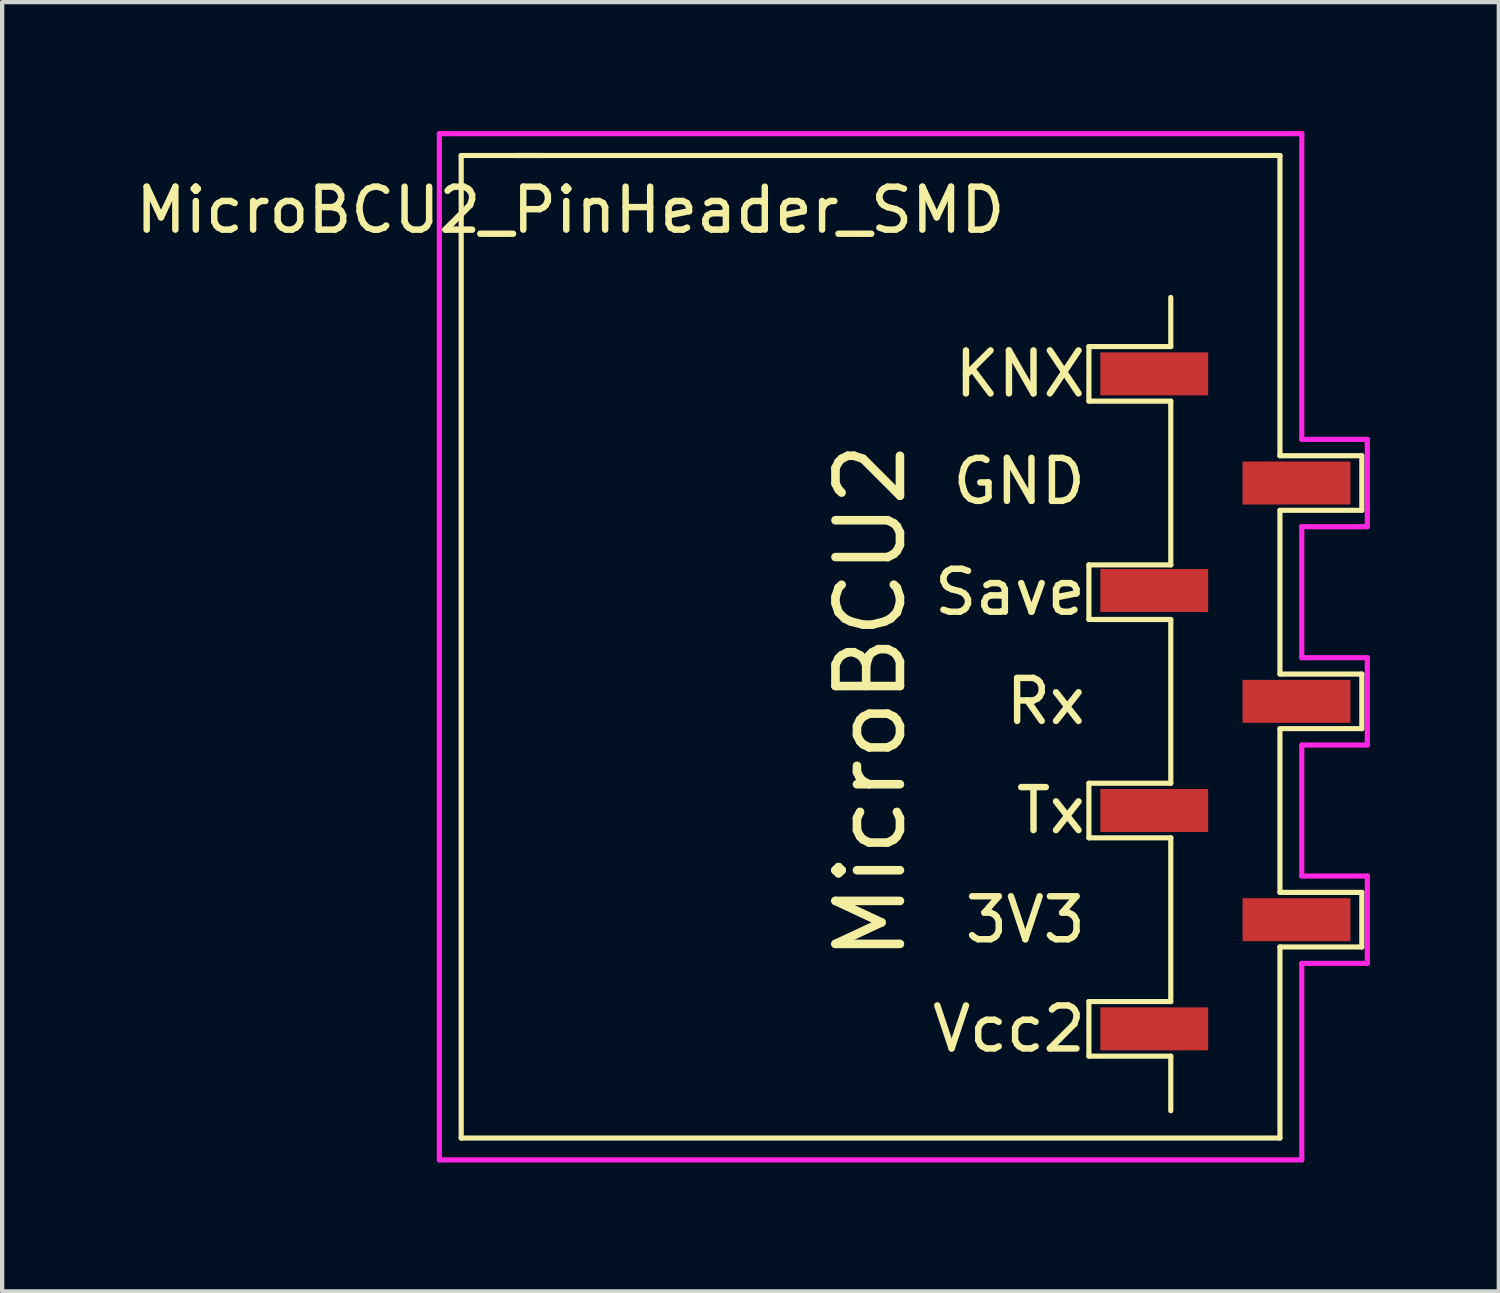
<source format=kicad_pcb>
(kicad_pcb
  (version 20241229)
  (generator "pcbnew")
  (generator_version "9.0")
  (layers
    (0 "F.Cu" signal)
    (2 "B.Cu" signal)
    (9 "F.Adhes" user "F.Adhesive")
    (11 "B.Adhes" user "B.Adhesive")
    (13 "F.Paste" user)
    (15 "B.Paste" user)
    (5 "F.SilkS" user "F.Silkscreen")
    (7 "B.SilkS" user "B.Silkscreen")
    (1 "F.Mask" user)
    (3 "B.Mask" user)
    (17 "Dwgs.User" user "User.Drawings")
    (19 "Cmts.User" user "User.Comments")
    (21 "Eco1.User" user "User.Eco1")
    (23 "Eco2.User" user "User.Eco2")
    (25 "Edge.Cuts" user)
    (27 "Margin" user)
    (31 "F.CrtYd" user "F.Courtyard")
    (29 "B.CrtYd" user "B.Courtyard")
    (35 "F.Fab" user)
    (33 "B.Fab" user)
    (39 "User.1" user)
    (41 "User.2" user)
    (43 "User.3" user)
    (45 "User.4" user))
  (footprint "MicroBCU2_PinHeader_SMD"
    (layer "F.Cu")
    (at 25.46 5.648)
    (property "Reference" "MicroBCU2_PinHeader_SMD" (at -15.24 -3.81 0) (layer "F.SilkS") (effects (font (size 1 1) (thickness 0.15))))
    (attr smd)
    (fp_line (start -17.78 -5.08) (end -17.78 17.78) (stroke (width 0.12) (type solid)) (layer "F.SilkS"))
    (fp_line (start -17.78 -5.08) (end -15.875 -5.08) (stroke (width 0.12) (type solid)) (layer "F.SilkS"))
    (fp_line (start -3.175 -0.635) (end -3.175 0.635) (stroke (width 0.12) (type solid)) (layer "F.SilkS"))
    (fp_line (start -3.175 0.635) (end -1.27 0.635) (stroke (width 0.12) (type solid)) (layer "F.SilkS"))
    (fp_line (start -3.175 4.445) (end -3.175 5.715) (stroke (width 0.12) (type solid)) (layer "F.SilkS"))
    (fp_line (start -3.175 5.715) (end -1.27 5.715) (stroke (width 0.12) (type solid)) (layer "F.SilkS"))
    (fp_line (start -3.175 9.525) (end -3.175 10.795) (stroke (width 0.12) (type solid)) (layer "F.SilkS"))
    (fp_line (start -3.175 10.795) (end -1.27 10.795) (stroke (width 0.12) (type solid)) (layer "F.SilkS"))
    (fp_line (start -3.175 14.605) (end -3.175 15.875) (stroke (width 0.12) (type solid)) (layer "F.SilkS"))
    (fp_line (start -3.175 15.875) (end -1.27 15.875) (stroke (width 0.12) (type solid)) (layer "F.SilkS"))
    (fp_line (start -1.27 -1.778) (end -1.27 -0.635) (stroke (width 0.12) (type solid)) (layer "F.SilkS"))
    (fp_line (start -1.27 -0.635) (end -3.175 -0.635) (stroke (width 0.12) (type solid)) (layer "F.SilkS"))
    (fp_line (start -1.27 0.635) (end -1.27 4.445) (stroke (width 0.12) (type solid)) (layer "F.SilkS"))
    (fp_line (start -1.27 4.445) (end -3.175 4.445) (stroke (width 0.12) (type solid)) (layer "F.SilkS"))
    (fp_line (start -1.27 5.715) (end -1.27 9.525) (stroke (width 0.12) (type solid)) (layer "F.SilkS"))
    (fp_line (start -1.27 9.525) (end -3.175 9.525) (stroke (width 0.12) (type solid)) (layer "F.SilkS"))
    (fp_line (start -1.27 10.795) (end -1.27 14.605) (stroke (width 0.12) (type solid)) (layer "F.SilkS"))
    (fp_line (start -1.27 14.605) (end -3.175 14.605) (stroke (width 0.12) (type solid)) (layer "F.SilkS"))
    (fp_line (start -1.27 15.875) (end -1.27 17.145) (stroke (width 0.12) (type solid)) (layer "F.SilkS"))
    (fp_line (start 1.27 -5.08) (end -16.51 -5.08) (stroke (width 0.12) (type solid)) (layer "F.SilkS"))
    (fp_line (start 1.27 -5.08) (end 1.27 1.905) (stroke (width 0.12) (type solid)) (layer "F.SilkS"))
    (fp_line (start 1.27 1.905) (end 3.175 1.905) (stroke (width 0.12) (type solid)) (layer "F.SilkS"))
    (fp_line (start 1.27 3.175) (end 1.27 6.985) (stroke (width 0.12) (type solid)) (layer "F.SilkS"))
    (fp_line (start 1.27 6.985) (end 3.175 6.985) (stroke (width 0.12) (type solid)) (layer "F.SilkS"))
    (fp_line (start 1.27 8.255) (end 1.27 12.065) (stroke (width 0.12) (type solid)) (layer "F.SilkS"))
    (fp_line (start 1.27 12.065) (end 3.175 12.065) (stroke (width 0.12) (type solid)) (layer "F.SilkS"))
    (fp_line (start 1.27 13.335) (end 1.27 17.78) (stroke (width 0.12) (type solid)) (layer "F.SilkS"))
    (fp_line (start 1.27 17.78) (end -17.78 17.78) (stroke (width 0.12) (type solid)) (layer "F.SilkS"))
    (fp_line (start 3.175 1.905) (end 3.175 3.175) (stroke (width 0.12) (type solid)) (layer "F.SilkS"))
    (fp_line (start 3.175 3.175) (end 1.27 3.175) (stroke (width 0.12) (type solid)) (layer "F.SilkS"))
    (fp_line (start 3.175 6.985) (end 3.175 8.255) (stroke (width 0.12) (type solid)) (layer "F.SilkS"))
    (fp_line (start 3.175 8.255) (end 1.27 8.255) (stroke (width 0.12) (type solid)) (layer "F.SilkS"))
    (fp_line (start 3.175 12.065) (end 3.175 13.335) (stroke (width 0.12) (type solid)) (layer "F.SilkS"))
    (fp_line (start 3.175 13.335) (end 1.27 13.335) (stroke (width 0.12) (type solid)) (layer "F.SilkS"))
    (fp_line (start -18.288 -5.588) (end 1.778 -5.588) (stroke (width 0.12) (type solid)) (layer "F.CrtYd"))
    (fp_line (start -18.288 18.288) (end -18.288 -5.588) (stroke (width 0.12) (type solid)) (layer "F.CrtYd"))
    (fp_line (start 1.778 -5.588) (end 1.778 1.524) (stroke (width 0.12) (type solid)) (layer "F.CrtYd"))
    (fp_line (start 1.778 1.524) (end 3.302 1.524) (stroke (width 0.12) (type solid)) (layer "F.CrtYd"))
    (fp_line (start 1.778 3.556) (end 1.778 6.604) (stroke (width 0.12) (type solid)) (layer "F.CrtYd"))
    (fp_line (start 1.778 6.604) (end 3.302 6.604) (stroke (width 0.12) (type solid)) (layer "F.CrtYd"))
    (fp_line (start 1.778 8.636) (end 1.778 11.684) (stroke (width 0.12) (type solid)) (layer "F.CrtYd"))
    (fp_line (start 1.778 11.684) (end 3.302 11.684) (stroke (width 0.12) (type solid)) (layer "F.CrtYd"))
    (fp_line (start 1.778 13.716) (end 1.778 18.288) (stroke (width 0.12) (type solid)) (layer "F.CrtYd"))
    (fp_line (start 1.778 18.288) (end -18.288 18.288) (stroke (width 0.12) (type solid)) (layer "F.CrtYd"))
    (fp_line (start 3.302 1.524) (end 3.302 3.556) (stroke (width 0.12) (type solid)) (layer "F.CrtYd"))
    (fp_line (start 3.302 3.556) (end 1.778 3.556) (stroke (width 0.12) (type solid)) (layer "F.CrtYd"))
    (fp_line (start 3.302 6.604) (end 3.302 8.636) (stroke (width 0.12) (type solid)) (layer "F.CrtYd"))
    (fp_line (start 3.302 8.636) (end 1.778 8.636) (stroke (width 0.12) (type solid)) (layer "F.CrtYd"))
    (fp_line (start 3.302 11.684) (end 3.302 13.716) (stroke (width 0.12) (type solid)) (layer "F.CrtYd"))
    (fp_line (start 3.302 13.716) (end 1.778 13.716) (stroke (width 0.12) (type solid)) (layer "F.CrtYd"))
    (fp_text user "Tx" (at -3.175 10.16 0) (layer "F.SilkS") (effects (font (size 1 1) (thickness 0.15)) (justify right)))
    (fp_text user "KNX" (at -3.175 0 0) (layer "F.SilkS") (effects (font (size 1 1) (thickness 0.15)) (justify right)))
    (fp_text user "3V3" (at -3.175 12.7 0) (layer "F.SilkS") (effects (font (size 1 1) (thickness 0.15)) (justify right)))
    (fp_text user "MicroBCU2" (at -8.255 7.62 90) (layer "F.SilkS") (effects (font (size 1.5 1.5) (thickness 0.2))))
    (fp_text user "Save" (at -3.175 5.08 0) (layer "F.SilkS") (effects (font (size 1 1) (thickness 0.15)) (justify right)))
    (fp_text user "Vcc2" (at -3.175 15.24 0) (layer "F.SilkS") (effects (font (size 1 1) (thickness 0.15)) (justify right)))
    (fp_text user "Rx" (at -3.175 7.62 0) (layer "F.SilkS") (effects (font (size 1 1) (thickness 0.15)) (justify right)))
    (fp_text user "GND" (at -3.175 2.5 0) (layer "F.SilkS") (effects (font (size 1 1) (thickness 0.15)) (justify right)))
    (pad "1" smd rect (at -1.655 0) (size 2.51 1) (layers "F.Cu" "F.Mask" "F.Paste"))
    (pad "2" smd rect (at 1.655 2.54) (size 2.51 1) (layers "F.Cu" "F.Mask" "F.Paste"))
    (pad "3" smd rect (at -1.655 5.04) (size 2.51 1) (layers "F.Cu" "F.Mask" "F.Paste"))
    (pad "4" smd rect (at 1.655 7.62) (size 2.51 1) (layers "F.Cu" "F.Mask" "F.Paste"))
    (pad "5" smd rect (at -1.655 10.16) (size 2.51 1) (layers "F.Cu" "F.Mask" "F.Paste"))
    (pad "6" smd rect (at 1.655 12.7) (size 2.51 1) (layers "F.Cu" "F.Mask" "F.Paste"))
    (pad "7" smd rect (at -1.655 15.24) (size 2.51 1) (layers "F.Cu" "F.Mask" "F.Paste")))
  (gr_rect
    (start -3 -3)
    (end 31.822 26.996)
    (stroke (width 0.1) (type default))
    (fill no)
    (layer "Edge.Cuts")))
</source>
